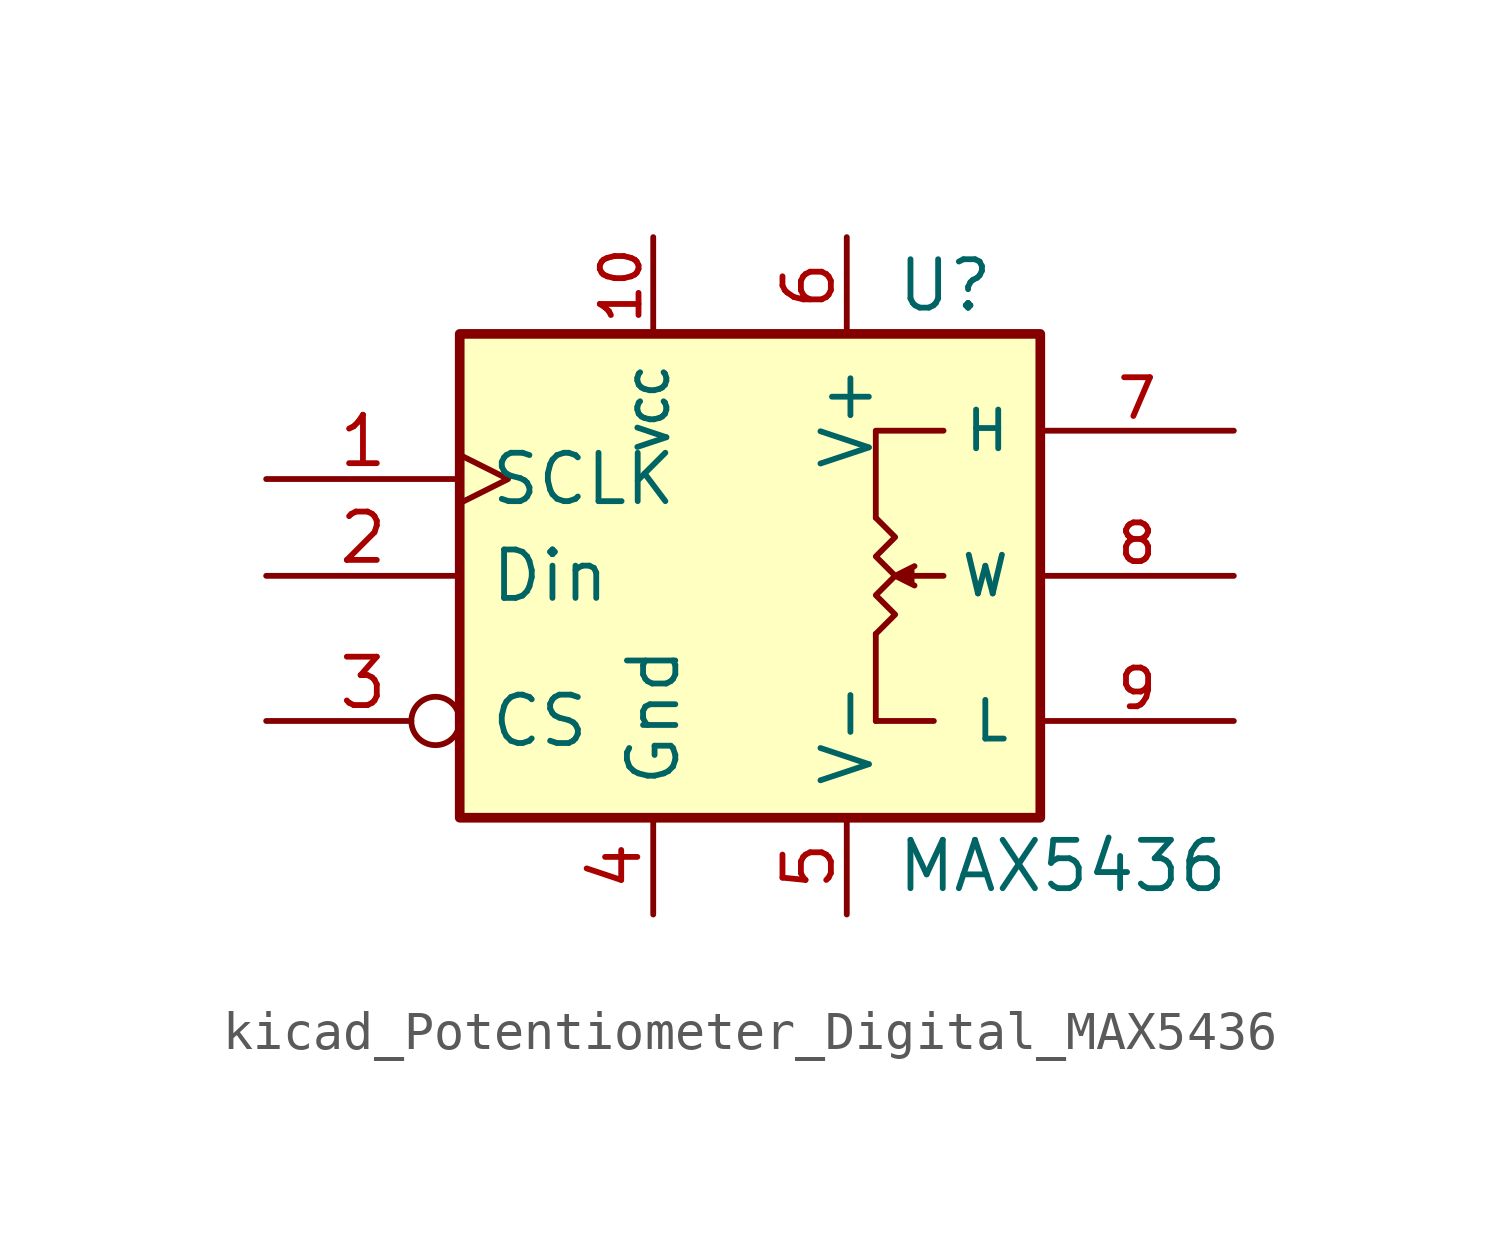
<source format=kicad_sym>
(kicad_symbol_lib
  (version 20220914)
  (generator kicad_symbol_editor)
  (symbol "kicad_Potentiometer_Digital_MAX5436"
    (pin_names
      (offset 0.762))
    (property "Reference" "U"
      (at 3.81 7.62 0)
      (effects (font (size 1.27 1.27)) (justify left)))
    (property "Value" "MAX5436"
      (at 3.81 -7.62 0)
      (effects (font (size 1.27 1.27)) (justify left)))
    (symbol "kicad_Potentiometer_Digital_MAX5436_0_1"
      (rectangle (start -7.62 6.35) (end 7.62 -6.35) (stroke (width 0.254) (type default)) (fill (type background)))
      (polyline (pts (xy 3.302 -1.524) (xy 3.302 -3.81)) (stroke (width 0) (type default)) (fill (type none)))
      (polyline (pts (xy 4.826 -3.81) (xy 3.302 -3.81)) (stroke (width 0) (type default)) (fill (type none)))
      (polyline (pts (xy 5.08 0) (xy 4.318 0)) (stroke (width 0) (type default)) (fill (type none)))
      (polyline (pts (xy 3.302 1.524) (xy 3.302 3.81) (xy 5.08 3.81)) (stroke (width 0) (type default)) (fill (type none)))
      (polyline (pts (xy 4.318 -0.254) (xy 3.81 0) (xy 4.318 0.254)) (stroke (width 0) (type default)) (fill (type outline)))
      (polyline (pts (xy 3.81 0) (xy 3.302 0.508) (xy 3.81 1.016) (xy 3.302 1.524)) (stroke (width 0) (type default)) (fill (type none)))
      (polyline (pts (xy 3.81 0) (xy 3.302 -0.508) (xy 3.81 -1.016) (xy 3.302 -1.524) (xy 3.302 -1.524)) (stroke (width 0) (type default)) (fill (type none))))
    (symbol "kicad_Potentiometer_Digital_MAX5436_1_1"
      (pin input clock (at -12.7 2.54 0) (length 5.08) (name "SCLK" (effects (font (size 1.27 1.27)))) (number "1" (effects (font (size 1.27 1.27)))))
      (pin power_in line (at -2.54 8.89 270) (length 2.54) (name "VCC" (effects (font (size 0.762 0.762)))) (number "10" (effects (font (size 1.016 1.016)))))
      (pin input line (at -12.7 0 0) (length 5.08) (name "Din" (effects (font (size 1.27 1.27)))) (number "2" (effects (font (size 1.27 1.27)))))
      (pin input inverted (at -12.7 -3.81 0) (length 5.08) (name "CS" (effects (font (size 1.27 1.27)))) (number "3" (effects (font (size 1.27 1.27)))))
      (pin power_in line (at -2.54 -8.89 90) (length 2.54) (name "Gnd" (effects (font (size 1.27 1.27)))) (number "4" (effects (font (size 1.27 1.27)))))
      (pin power_in line (at 2.54 -8.89 90) (length 2.54) (name "V-" (effects (font (size 1.27 1.27)))) (number "5" (effects (font (size 1.27 1.27)))))
      (pin power_in line (at 2.54 8.89 270) (length 2.54) (name "V+" (effects (font (size 1.27 1.27)))) (number "6" (effects (font (size 1.27 1.27)))))
      (pin passive line (at 12.7 3.81 180) (length 5.08) (name "H" (effects (font (size 1.016 1.016)))) (number "7" (effects (font (size 1.016 1.016)))))
      (pin passive line (at 12.7 0 180) (length 5.08) (name "W" (effects (font (size 1.016 1.016)))) (number "8" (effects (font (size 1.016 1.016)))))
      (pin passive line (at 12.7 -3.81 180) (length 5.08) (name "L" (effects (font (size 1.016 1.016)))) (number "9" (effects (font (size 1.016 1.016))))))))
</source>
